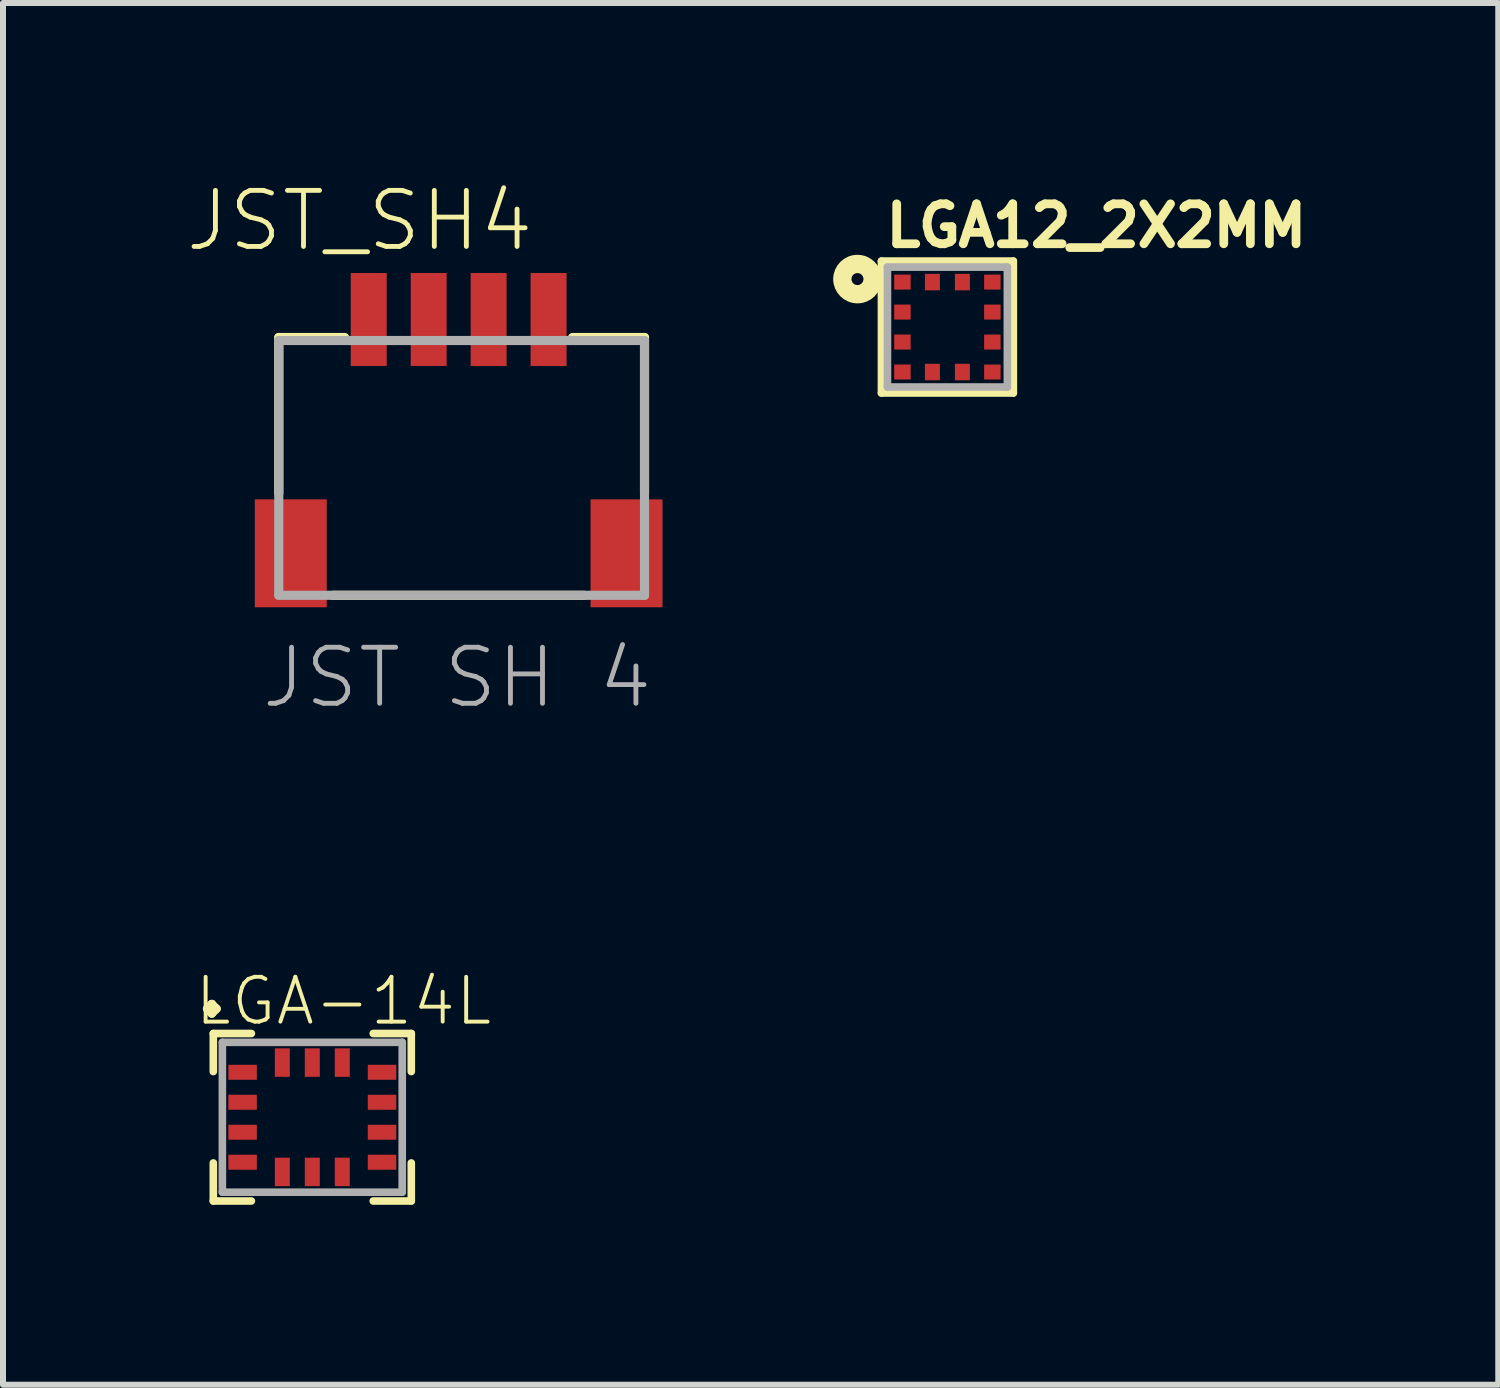
<source format=kicad_pcb>
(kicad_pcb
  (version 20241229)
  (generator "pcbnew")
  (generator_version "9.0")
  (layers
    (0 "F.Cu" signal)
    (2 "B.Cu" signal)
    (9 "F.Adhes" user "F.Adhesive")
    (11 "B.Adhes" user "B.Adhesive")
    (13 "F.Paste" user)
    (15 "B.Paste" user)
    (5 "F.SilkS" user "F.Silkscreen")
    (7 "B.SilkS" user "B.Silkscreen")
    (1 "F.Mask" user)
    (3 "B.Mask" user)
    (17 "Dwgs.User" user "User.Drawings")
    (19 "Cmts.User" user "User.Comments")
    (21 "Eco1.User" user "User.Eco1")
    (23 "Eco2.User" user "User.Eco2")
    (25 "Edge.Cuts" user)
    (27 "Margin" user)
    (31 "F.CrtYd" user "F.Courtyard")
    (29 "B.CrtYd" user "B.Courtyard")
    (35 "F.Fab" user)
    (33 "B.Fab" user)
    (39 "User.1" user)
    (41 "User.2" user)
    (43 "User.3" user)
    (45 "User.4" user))
  (footprint "JST_SH4"
    (layer "F.Cu")
    (at 4.6 4.793)
    (property "Reference" "JST_SH4" (at -4.6 -3.614 0) (layer "F.SilkS") (effects (font (size 0.935 0.935) (thickness 0.081)) (justify left bottom)))
    (fp_line (start -3 -2.214) (end -1.9 -2.214) (stroke (width 0.152) (type solid)) (layer "F.SilkS"))
    (fp_line (start -3 0.386) (end -3 -2.214) (stroke (width 0.152) (type solid)) (layer "F.SilkS"))
    (fp_line (start -2.1 2.086) (end 2.1 2.086) (stroke (width 0.152) (type solid)) (layer "F.SilkS"))
    (fp_line (start 1.9 -2.214) (end 3.1 -2.214) (stroke (width 0.152) (type solid)) (layer "F.SilkS"))
    (fp_line (start 3.1 -2.214) (end 3.1 0.386) (stroke (width 0.152) (type solid)) (layer "F.SilkS"))
    (fp_line (start -3 -2.164) (end 3.1 -2.164) (stroke (width 0.152) (type solid)) (layer "F.Fab"))
    (fp_line (start -3 2.086) (end -3 -2.164) (stroke (width 0.152) (type solid)) (layer "F.Fab"))
    (fp_line (start 3.1 -2.164) (end 3.1 2.086) (stroke (width 0.152) (type solid)) (layer "F.Fab"))
    (fp_line (start 3.1 2.086) (end -3 2.086) (stroke (width 0.152) (type solid)) (layer "F.Fab"))
    (fp_text user "JST SH 4" (at -3.33 4.006 0) (layer "F.Fab") (effects (font (size 0.935 0.935) (thickness 0.081)) (justify left bottom)))
    (pad "1" smd rect (at -1.5 -2.514 90) (size 1.55 0.6) (layers "F.Cu" "F.Mask" "F.Paste"))
    (pad "2" smd rect (at -0.5 -2.514 90) (size 1.55 0.6) (layers "F.Cu" "F.Mask" "F.Paste"))
    (pad "3" smd rect (at 0.5 -2.514 90) (size 1.55 0.6) (layers "F.Cu" "F.Mask" "F.Paste"))
    (pad "4" smd rect (at 1.5 -2.514 90) (size 1.55 0.6) (layers "F.Cu" "F.Mask" "F.Paste"))
    (pad "MT1" smd rect (at -2.8 1.386 90) (size 1.8 1.2) (layers "F.Cu" "F.Mask" "F.Paste"))
    (pad "MT2" smd rect (at 2.8 1.386 90) (size 1.8 1.2) (layers "F.Cu" "F.Mask" "F.Paste")))
  (footprint "LGA12_2X2MM"
    (layer "F.Cu")
    (at 12.752 2.405)
    (property "Reference" "LGA12_2X2MM" (at -1.1 -1.3 0) (layer "F.SilkS") (effects (font (size 0.666 0.666) (thickness 0.146)) (justify left bottom)))
    (fp_line (start -1.1 -1.1) (end 1.1 -1.1) (stroke (width 0.127) (type solid)) (layer "F.SilkS"))
    (fp_line (start -1.1 1.1) (end -1.1 -1.1) (stroke (width 0.127) (type solid)) (layer "F.SilkS"))
    (fp_line (start 1.1 -1.1) (end 1.1 1.1) (stroke (width 0.127) (type solid)) (layer "F.SilkS"))
    (fp_line (start 1.1 1.1) (end -1.1 1.1) (stroke (width 0.127) (type solid)) (layer "F.SilkS"))
    (fp_circle (center -1.5 -0.8) (end -1.4 -0.8) (stroke (width 0.305) (type solid)) (fill no) (layer "F.SilkS"))
    (fp_line (start -1 -1) (end 1 -1) (stroke (width 0.127) (type solid)) (layer "F.Fab"))
    (fp_line (start -1 1) (end -1 -1) (stroke (width 0.127) (type solid)) (layer "F.Fab"))
    (fp_line (start 1 -1) (end 1 1) (stroke (width 0.127) (type solid)) (layer "F.Fab"))
    (fp_line (start 1 1) (end -1 1) (stroke (width 0.127) (type solid)) (layer "F.Fab"))
    (pad "1" smd rect (at -0.75 -0.75) (size 0.275 0.25) (layers "F.Cu" "F.Mask" "F.Paste"))
    (pad "2" smd rect (at -0.75 -0.25) (size 0.275 0.25) (layers "F.Cu" "F.Mask" "F.Paste"))
    (pad "3" smd rect (at -0.75 0.25) (size 0.275 0.25) (layers "F.Cu" "F.Mask" "F.Paste"))
    (pad "4" smd rect (at -0.75 0.75) (size 0.275 0.25) (layers "F.Cu" "F.Mask" "F.Paste"))
    (pad "5" smd rect (at -0.25 0.75 90) (size 0.275 0.25) (layers "F.Cu" "F.Mask" "F.Paste"))
    (pad "6" smd rect (at 0.25 0.75 90) (size 0.275 0.25) (layers "F.Cu" "F.Mask" "F.Paste"))
    (pad "7" smd rect (at 0.75 0.75 180) (size 0.275 0.25) (layers "F.Cu" "F.Mask" "F.Paste"))
    (pad "8" smd rect (at 0.75 0.25 180) (size 0.275 0.25) (layers "F.Cu" "F.Mask" "F.Paste"))
    (pad "9" smd rect (at 0.75 -0.25 180) (size 0.275 0.25) (layers "F.Cu" "F.Mask" "F.Paste"))
    (pad "10" smd rect (at 0.75 -0.75 180) (size 0.275 0.25) (layers "F.Cu" "F.Mask" "F.Paste"))
    (pad "11" smd rect (at 0.25 -0.75 270) (size 0.275 0.25) (layers "F.Cu" "F.Mask" "F.Paste"))
    (pad "12" smd rect (at -0.25 -0.75 270) (size 0.275 0.25) (layers "F.Cu" "F.Mask" "F.Paste")))
  (footprint "LGA-14L"
    (layer "F.Cu")
    (at 2.159 15.585)
    (property "Reference" "LGA-14L" (at -2 -1.5 0) (layer "F.SilkS") (effects (font (size 0.748 0.748) (thickness 0.065)) (justify left bottom)))
    (fp_line (start -1.651 -1.397) (end -1.651 -0.762) (stroke (width 0.127) (type solid)) (layer "F.SilkS"))
    (fp_line (start -1.651 0.762) (end -1.651 1.397) (stroke (width 0.127) (type solid)) (layer "F.SilkS"))
    (fp_line (start -1.651 1.397) (end -1.016 1.397) (stroke (width 0.127) (type solid)) (layer "F.SilkS"))
    (fp_line (start -1.016 -1.397) (end -1.651 -1.397) (stroke (width 0.127) (type solid)) (layer "F.SilkS"))
    (fp_line (start 1.016 -1.397) (end 1.651 -1.397) (stroke (width 0.127) (type solid)) (layer "F.SilkS"))
    (fp_line (start 1.016 1.397) (end 1.651 1.397) (stroke (width 0.127) (type solid)) (layer "F.SilkS"))
    (fp_line (start 1.651 -1.397) (end 1.651 -0.762) (stroke (width 0.127) (type solid)) (layer "F.SilkS"))
    (fp_line (start 1.651 1.397) (end 1.651 0.762) (stroke (width 0.127) (type solid)) (layer "F.SilkS"))
    (fp_line (start -1.5 -1.25) (end 1.5 -1.25) (stroke (width 0.127) (type solid)) (layer "F.Fab"))
    (fp_line (start -1.5 1.25) (end -1.5 -1.25) (stroke (width 0.127) (type solid)) (layer "F.Fab"))
    (fp_line (start 1.5 -1.25) (end 1.5 1.25) (stroke (width 0.127) (type solid)) (layer "F.Fab"))
    (fp_line (start 1.5 1.25) (end -1.5 1.25) (stroke (width 0.127) (type solid)) (layer "F.Fab"))
    (fp_text user "." (at -2.159 -1.524 0) (layer "F.SilkS") (effects (font (size 1.636 1.636) (thickness 0.142)) (justify left bottom)))
    (pad "1" smd rect (at -1.163 -0.75) (size 0.475 0.25) (layers "F.Cu" "F.Mask" "F.Paste"))
    (pad "2" smd rect (at -1.163 -0.25) (size 0.475 0.25) (layers "F.Cu" "F.Mask" "F.Paste"))
    (pad "3" smd rect (at -1.163 0.25) (size 0.475 0.25) (layers "F.Cu" "F.Mask" "F.Paste"))
    (pad "4" smd rect (at -1.163 0.75) (size 0.475 0.25) (layers "F.Cu" "F.Mask" "F.Paste"))
    (pad "5" smd rect (at -0.5 0.912 90) (size 0.475 0.25) (layers "F.Cu" "F.Mask" "F.Paste"))
    (pad "6" smd rect (at 0 0.912 90) (size 0.475 0.25) (layers "F.Cu" "F.Mask" "F.Paste"))
    (pad "7" smd rect (at 0.5 0.912 90) (size 0.475 0.25) (layers "F.Cu" "F.Mask" "F.Paste"))
    (pad "8" smd rect (at 1.163 0.75 180) (size 0.475 0.25) (layers "F.Cu" "F.Mask" "F.Paste"))
    (pad "9" smd rect (at 1.163 0.25 180) (size 0.475 0.25) (layers "F.Cu" "F.Mask" "F.Paste"))
    (pad "10" smd rect (at 1.163 -0.25 180) (size 0.475 0.25) (layers "F.Cu" "F.Mask" "F.Paste"))
    (pad "11" smd rect (at 1.163 -0.75 180) (size 0.475 0.25) (layers "F.Cu" "F.Mask" "F.Paste"))
    (pad "12" smd rect (at 0.5 -0.912 270) (size 0.475 0.25) (layers "F.Cu" "F.Mask" "F.Paste"))
    (pad "13" smd rect (at 0 -0.912 270) (size 0.475 0.25) (layers "F.Cu" "F.Mask" "F.Paste"))
    (pad "14" smd rect (at -0.5 -0.912 270) (size 0.475 0.25) (layers "F.Cu" "F.Mask" "F.Paste")))
  (gr_rect
    (start -3 -3)
    (end 21.94 20.046)
    (stroke (width 0.1) (type default))
    (fill no)
    (layer "Edge.Cuts")))
</source>
